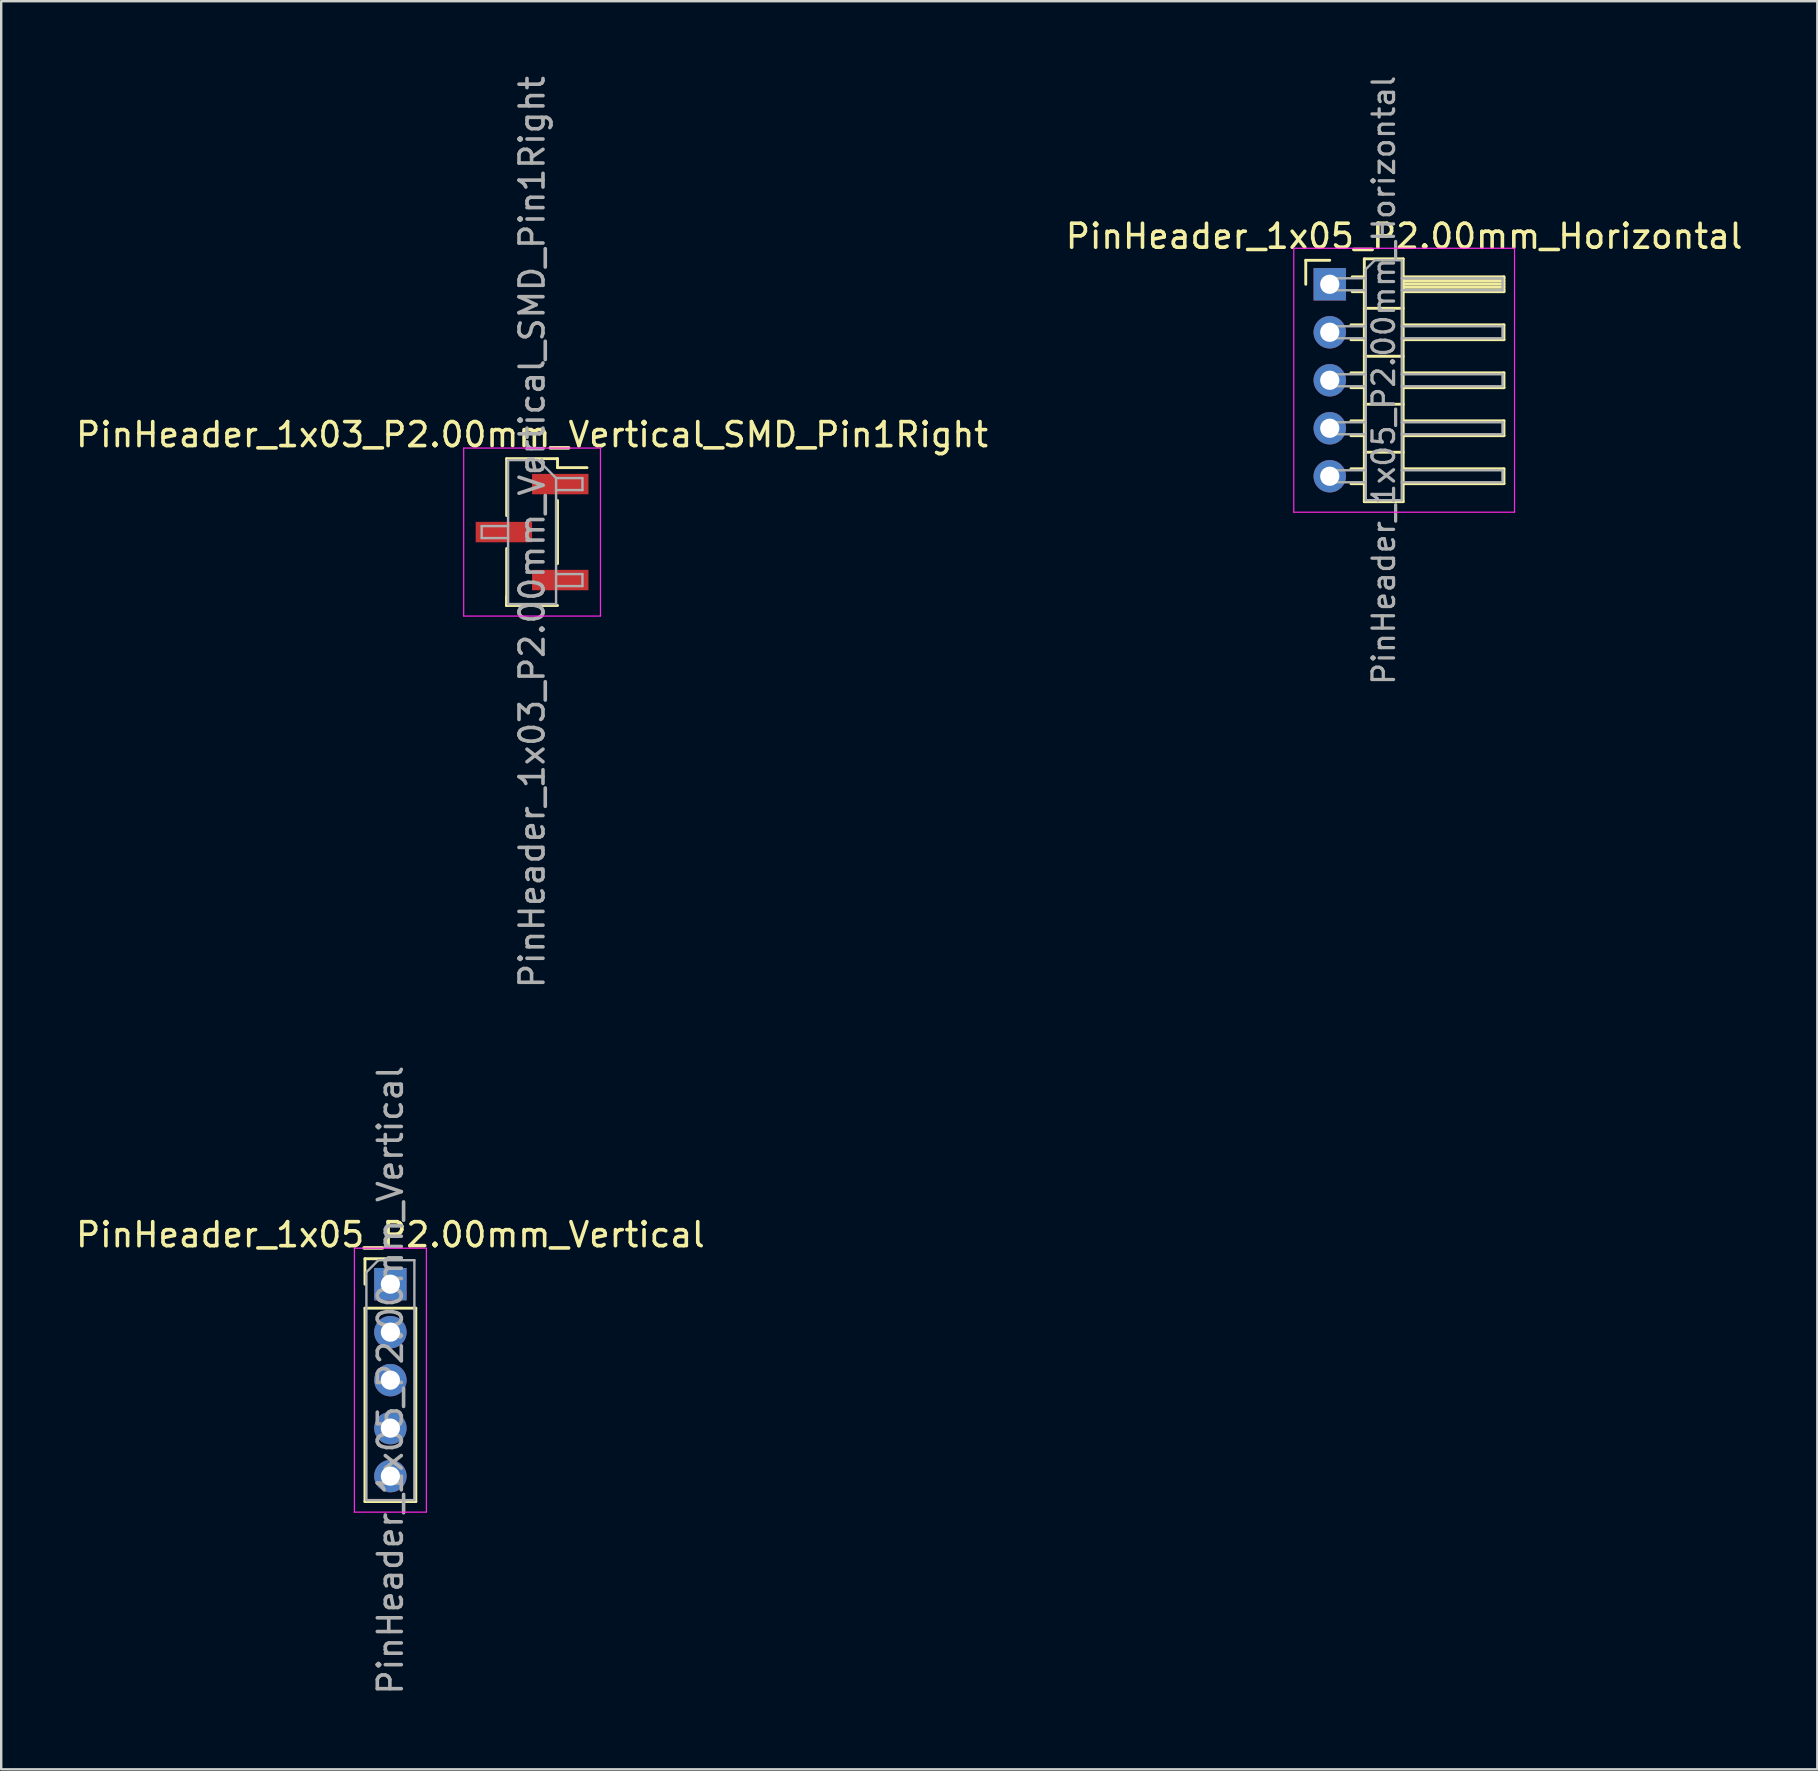
<source format=kicad_pcb>
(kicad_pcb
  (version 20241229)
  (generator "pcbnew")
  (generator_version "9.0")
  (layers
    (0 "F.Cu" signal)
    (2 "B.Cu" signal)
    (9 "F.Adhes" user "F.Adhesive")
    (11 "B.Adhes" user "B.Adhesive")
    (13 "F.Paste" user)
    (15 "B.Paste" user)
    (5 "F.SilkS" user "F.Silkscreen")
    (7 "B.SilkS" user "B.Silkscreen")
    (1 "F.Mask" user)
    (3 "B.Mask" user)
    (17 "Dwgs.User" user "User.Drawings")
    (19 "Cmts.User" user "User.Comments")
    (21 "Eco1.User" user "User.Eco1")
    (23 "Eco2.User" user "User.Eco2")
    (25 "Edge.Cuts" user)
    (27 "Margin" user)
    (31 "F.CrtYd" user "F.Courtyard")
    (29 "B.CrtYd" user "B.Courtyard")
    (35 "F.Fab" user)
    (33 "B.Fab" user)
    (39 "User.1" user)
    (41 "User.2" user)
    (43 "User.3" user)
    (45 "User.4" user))
  (footprint "PinHeader_1x05_P2.00mm_Vertical"
    (layer "F.Cu")
    (at 13.22 50.47)
    (property "Reference" "PinHeader_1x05_P2.00mm_Vertical" (at 0 -2.06 0) (layer "F.SilkS") (effects (font (size 1 1) (thickness 0.15))))
    (attr through_hole)
    (fp_line (start -1.06 -1.06) (end 0 -1.06) (stroke (width 0.12) (type solid)) (layer "F.SilkS"))
    (fp_line (start -1.06 0) (end -1.06 -1.06) (stroke (width 0.12) (type solid)) (layer "F.SilkS"))
    (fp_line (start -1.06 1) (end -1.06 9.06) (stroke (width 0.12) (type solid)) (layer "F.SilkS"))
    (fp_line (start -1.06 1) (end 1.06 1) (stroke (width 0.12) (type solid)) (layer "F.SilkS"))
    (fp_line (start -1.06 9.06) (end 1.06 9.06) (stroke (width 0.12) (type solid)) (layer "F.SilkS"))
    (fp_line (start 1.06 1) (end 1.06 9.06) (stroke (width 0.12) (type solid)) (layer "F.SilkS"))
    (fp_line (start -1.5 -1.5) (end -1.5 9.5) (stroke (width 0.05) (type solid)) (layer "F.CrtYd"))
    (fp_line (start -1.5 9.5) (end 1.5 9.5) (stroke (width 0.05) (type solid)) (layer "F.CrtYd"))
    (fp_line (start 1.5 -1.5) (end -1.5 -1.5) (stroke (width 0.05) (type solid)) (layer "F.CrtYd"))
    (fp_line (start 1.5 9.5) (end 1.5 -1.5) (stroke (width 0.05) (type solid)) (layer "F.CrtYd"))
    (fp_line (start -1 -0.5) (end -0.5 -1) (stroke (width 0.1) (type solid)) (layer "F.Fab"))
    (fp_line (start -1 9) (end -1 -0.5) (stroke (width 0.1) (type solid)) (layer "F.Fab"))
    (fp_line (start -0.5 -1) (end 1 -1) (stroke (width 0.1) (type solid)) (layer "F.Fab"))
    (fp_line (start 1 -1) (end 1 9) (stroke (width 0.1) (type solid)) (layer "F.Fab"))
    (fp_line (start 1 9) (end -1 9) (stroke (width 0.1) (type solid)) (layer "F.Fab"))
    (fp_text user "${REFERENCE}" (at 0 4 90) (layer "F.Fab") (effects (font (size 1 1) (thickness 0.15))))
    (pad "1" thru_hole rect (at 0 0) (size 1.35 1.35) (drill 0.8) (layers "*.Cu" "*.Mask"))
    (pad "2" thru_hole oval (at 0 2) (size 1.35 1.35) (drill 0.8) (layers "*.Cu" "*.Mask"))
    (pad "3" thru_hole oval (at 0 4) (size 1.35 1.35) (drill 0.8) (layers "*.Cu" "*.Mask"))
    (pad "4" thru_hole oval (at 0 6) (size 1.35 1.35) (drill 0.8) (layers "*.Cu" "*.Mask"))
    (pad "5" thru_hole oval (at 0 8) (size 1.35 1.35) (drill 0.8) (layers "*.Cu" "*.Mask")))
  (footprint "PinHeader_1x05_P2.00mm_Horizontal"
    (layer "F.Cu")
    (at 52.37 8.798)
    (property "Reference" "PinHeader_1x05_P2.00mm_Horizontal" (at 3.1 -2 0) (layer "F.SilkS") (effects (font (size 1 1) (thickness 0.15))))
    (attr through_hole)
    (fp_line (start -1 -1) (end 0 -1) (stroke (width 0.12) (type solid)) (layer "F.SilkS"))
    (fp_line (start -1 0) (end -1 -1) (stroke (width 0.12) (type solid)) (layer "F.SilkS"))
    (fp_line (start 0.882 1.69) (end 1.44 1.69) (stroke (width 0.12) (type solid)) (layer "F.SilkS"))
    (fp_line (start 0.882 2.31) (end 1.44 2.31) (stroke (width 0.12) (type solid)) (layer "F.SilkS"))
    (fp_line (start 0.882 3.69) (end 1.44 3.69) (stroke (width 0.12) (type solid)) (layer "F.SilkS"))
    (fp_line (start 0.882 4.31) (end 1.44 4.31) (stroke (width 0.12) (type solid)) (layer "F.SilkS"))
    (fp_line (start 0.882 5.69) (end 1.44 5.69) (stroke (width 0.12) (type solid)) (layer "F.SilkS"))
    (fp_line (start 0.882 6.31) (end 1.44 6.31) (stroke (width 0.12) (type solid)) (layer "F.SilkS"))
    (fp_line (start 0.882 7.69) (end 1.44 7.69) (stroke (width 0.12) (type solid)) (layer "F.SilkS"))
    (fp_line (start 0.882 8.31) (end 1.44 8.31) (stroke (width 0.12) (type solid)) (layer "F.SilkS"))
    (fp_line (start 0.935 -0.31) (end 1.44 -0.31) (stroke (width 0.12) (type solid)) (layer "F.SilkS"))
    (fp_line (start 0.935 0.31) (end 1.44 0.31) (stroke (width 0.12) (type solid)) (layer "F.SilkS"))
    (fp_line (start 1.44 -1.06) (end 1.44 9.06) (stroke (width 0.12) (type solid)) (layer "F.SilkS"))
    (fp_line (start 1.44 1) (end 3.06 1) (stroke (width 0.12) (type solid)) (layer "F.SilkS"))
    (fp_line (start 1.44 3) (end 3.06 3) (stroke (width 0.12) (type solid)) (layer "F.SilkS"))
    (fp_line (start 1.44 5) (end 3.06 5) (stroke (width 0.12) (type solid)) (layer "F.SilkS"))
    (fp_line (start 1.44 7) (end 3.06 7) (stroke (width 0.12) (type solid)) (layer "F.SilkS"))
    (fp_line (start 1.44 9.06) (end 3.06 9.06) (stroke (width 0.12) (type solid)) (layer "F.SilkS"))
    (fp_line (start 3.06 -1.06) (end 1.44 -1.06) (stroke (width 0.12) (type solid)) (layer "F.SilkS"))
    (fp_line (start 3.06 -0.31) (end 7.26 -0.31) (stroke (width 0.12) (type solid)) (layer "F.SilkS"))
    (fp_line (start 3.06 -0.25) (end 7.26 -0.25) (stroke (width 0.12) (type solid)) (layer "F.SilkS"))
    (fp_line (start 3.06 -0.13) (end 7.26 -0.13) (stroke (width 0.12) (type solid)) (layer "F.SilkS"))
    (fp_line (start 3.06 -0.01) (end 7.26 -0.01) (stroke (width 0.12) (type solid)) (layer "F.SilkS"))
    (fp_line (start 3.06 0.11) (end 7.26 0.11) (stroke (width 0.12) (type solid)) (layer "F.SilkS"))
    (fp_line (start 3.06 0.23) (end 7.26 0.23) (stroke (width 0.12) (type solid)) (layer "F.SilkS"))
    (fp_line (start 3.06 1.69) (end 7.26 1.69) (stroke (width 0.12) (type solid)) (layer "F.SilkS"))
    (fp_line (start 3.06 3.69) (end 7.26 3.69) (stroke (width 0.12) (type solid)) (layer "F.SilkS"))
    (fp_line (start 3.06 5.69) (end 7.26 5.69) (stroke (width 0.12) (type solid)) (layer "F.SilkS"))
    (fp_line (start 3.06 7.69) (end 7.26 7.69) (stroke (width 0.12) (type solid)) (layer "F.SilkS"))
    (fp_line (start 3.06 9.06) (end 3.06 -1.06) (stroke (width 0.12) (type solid)) (layer "F.SilkS"))
    (fp_line (start 7.26 -0.31) (end 7.26 0.31) (stroke (width 0.12) (type solid)) (layer "F.SilkS"))
    (fp_line (start 7.26 0.31) (end 3.06 0.31) (stroke (width 0.12) (type solid)) (layer "F.SilkS"))
    (fp_line (start 7.26 1.69) (end 7.26 2.31) (stroke (width 0.12) (type solid)) (layer "F.SilkS"))
    (fp_line (start 7.26 2.31) (end 3.06 2.31) (stroke (width 0.12) (type solid)) (layer "F.SilkS"))
    (fp_line (start 7.26 3.69) (end 7.26 4.31) (stroke (width 0.12) (type solid)) (layer "F.SilkS"))
    (fp_line (start 7.26 4.31) (end 3.06 4.31) (stroke (width 0.12) (type solid)) (layer "F.SilkS"))
    (fp_line (start 7.26 5.69) (end 7.26 6.31) (stroke (width 0.12) (type solid)) (layer "F.SilkS"))
    (fp_line (start 7.26 6.31) (end 3.06 6.31) (stroke (width 0.12) (type solid)) (layer "F.SilkS"))
    (fp_line (start 7.26 7.69) (end 7.26 8.31) (stroke (width 0.12) (type solid)) (layer "F.SilkS"))
    (fp_line (start 7.26 8.31) (end 3.06 8.31) (stroke (width 0.12) (type solid)) (layer "F.SilkS"))
    (fp_line (start -1.5 -1.5) (end -1.5 9.5) (stroke (width 0.05) (type solid)) (layer "F.CrtYd"))
    (fp_line (start -1.5 9.5) (end 7.7 9.5) (stroke (width 0.05) (type solid)) (layer "F.CrtYd"))
    (fp_line (start 7.7 -1.5) (end -1.5 -1.5) (stroke (width 0.05) (type solid)) (layer "F.CrtYd"))
    (fp_line (start 7.7 9.5) (end 7.7 -1.5) (stroke (width 0.05) (type solid)) (layer "F.CrtYd"))
    (fp_line (start -0.25 -0.25) (end -0.25 0.25) (stroke (width 0.1) (type solid)) (layer "F.Fab"))
    (fp_line (start -0.25 -0.25) (end 1.5 -0.25) (stroke (width 0.1) (type solid)) (layer "F.Fab"))
    (fp_line (start -0.25 0.25) (end 1.5 0.25) (stroke (width 0.1) (type solid)) (layer "F.Fab"))
    (fp_line (start -0.25 1.75) (end -0.25 2.25) (stroke (width 0.1) (type solid)) (layer "F.Fab"))
    (fp_line (start -0.25 1.75) (end 1.5 1.75) (stroke (width 0.1) (type solid)) (layer "F.Fab"))
    (fp_line (start -0.25 2.25) (end 1.5 2.25) (stroke (width 0.1) (type solid)) (layer "F.Fab"))
    (fp_line (start -0.25 3.75) (end -0.25 4.25) (stroke (width 0.1) (type solid)) (layer "F.Fab"))
    (fp_line (start -0.25 3.75) (end 1.5 3.75) (stroke (width 0.1) (type solid)) (layer "F.Fab"))
    (fp_line (start -0.25 4.25) (end 1.5 4.25) (stroke (width 0.1) (type solid)) (layer "F.Fab"))
    (fp_line (start -0.25 5.75) (end -0.25 6.25) (stroke (width 0.1) (type solid)) (layer "F.Fab"))
    (fp_line (start -0.25 5.75) (end 1.5 5.75) (stroke (width 0.1) (type solid)) (layer "F.Fab"))
    (fp_line (start -0.25 6.25) (end 1.5 6.25) (stroke (width 0.1) (type solid)) (layer "F.Fab"))
    (fp_line (start -0.25 7.75) (end -0.25 8.25) (stroke (width 0.1) (type solid)) (layer "F.Fab"))
    (fp_line (start -0.25 7.75) (end 1.5 7.75) (stroke (width 0.1) (type solid)) (layer "F.Fab"))
    (fp_line (start -0.25 8.25) (end 1.5 8.25) (stroke (width 0.1) (type solid)) (layer "F.Fab"))
    (fp_line (start 1.5 -0.625) (end 1.875 -1) (stroke (width 0.1) (type solid)) (layer "F.Fab"))
    (fp_line (start 1.5 9) (end 1.5 -0.625) (stroke (width 0.1) (type solid)) (layer "F.Fab"))
    (fp_line (start 1.875 -1) (end 3 -1) (stroke (width 0.1) (type solid)) (layer "F.Fab"))
    (fp_line (start 3 -1) (end 3 9) (stroke (width 0.1) (type solid)) (layer "F.Fab"))
    (fp_line (start 3 -0.25) (end 7.2 -0.25) (stroke (width 0.1) (type solid)) (layer "F.Fab"))
    (fp_line (start 3 0.25) (end 7.2 0.25) (stroke (width 0.1) (type solid)) (layer "F.Fab"))
    (fp_line (start 3 1.75) (end 7.2 1.75) (stroke (width 0.1) (type solid)) (layer "F.Fab"))
    (fp_line (start 3 2.25) (end 7.2 2.25) (stroke (width 0.1) (type solid)) (layer "F.Fab"))
    (fp_line (start 3 3.75) (end 7.2 3.75) (stroke (width 0.1) (type solid)) (layer "F.Fab"))
    (fp_line (start 3 4.25) (end 7.2 4.25) (stroke (width 0.1) (type solid)) (layer "F.Fab"))
    (fp_line (start 3 5.75) (end 7.2 5.75) (stroke (width 0.1) (type solid)) (layer "F.Fab"))
    (fp_line (start 3 6.25) (end 7.2 6.25) (stroke (width 0.1) (type solid)) (layer "F.Fab"))
    (fp_line (start 3 7.75) (end 7.2 7.75) (stroke (width 0.1) (type solid)) (layer "F.Fab"))
    (fp_line (start 3 8.25) (end 7.2 8.25) (stroke (width 0.1) (type solid)) (layer "F.Fab"))
    (fp_line (start 3 9) (end 1.5 9) (stroke (width 0.1) (type solid)) (layer "F.Fab"))
    (fp_line (start 7.2 -0.25) (end 7.2 0.25) (stroke (width 0.1) (type solid)) (layer "F.Fab"))
    (fp_line (start 7.2 1.75) (end 7.2 2.25) (stroke (width 0.1) (type solid)) (layer "F.Fab"))
    (fp_line (start 7.2 3.75) (end 7.2 4.25) (stroke (width 0.1) (type solid)) (layer "F.Fab"))
    (fp_line (start 7.2 5.75) (end 7.2 6.25) (stroke (width 0.1) (type solid)) (layer "F.Fab"))
    (fp_line (start 7.2 7.75) (end 7.2 8.25) (stroke (width 0.1) (type solid)) (layer "F.Fab"))
    (fp_text user "${REFERENCE}" (at 2.25 4 90) (layer "F.Fab") (effects (font (size 0.9 0.9) (thickness 0.135))))
    (pad "1" thru_hole rect (at 0 0) (size 1.35 1.35) (drill 0.8) (layers "*.Cu" "*.Mask"))
    (pad "2" thru_hole oval (at 0 2) (size 1.35 1.35) (drill 0.8) (layers "*.Cu" "*.Mask"))
    (pad "3" thru_hole oval (at 0 4) (size 1.35 1.35) (drill 0.8) (layers "*.Cu" "*.Mask"))
    (pad "4" thru_hole oval (at 0 6) (size 1.35 1.35) (drill 0.8) (layers "*.Cu" "*.Mask"))
    (pad "5" thru_hole oval (at 0 8) (size 1.35 1.35) (drill 0.8) (layers "*.Cu" "*.Mask")))
  (footprint "PinHeader_1x03_P2.00mm_Vertical_SMD_Pin1Right"
    (layer "F.Cu")
    (at 19.125 19.125)
    (property "Reference" "PinHeader_1x03_P2.00mm_Vertical_SMD_Pin1Right" (at 0 -4.06 0) (layer "F.SilkS") (effects (font (size 1 1) (thickness 0.15))))
    (attr smd)
    (fp_line (start -1.06 -3.06) (end -1.06 -0.685) (stroke (width 0.12) (type solid)) (layer "F.SilkS"))
    (fp_line (start -1.06 -3.06) (end 1.06 -3.06) (stroke (width 0.12) (type solid)) (layer "F.SilkS"))
    (fp_line (start -1.06 0.685) (end -1.06 3.06) (stroke (width 0.12) (type solid)) (layer "F.SilkS"))
    (fp_line (start -1.06 2.685) (end -1.06 3.06) (stroke (width 0.12) (type solid)) (layer "F.SilkS"))
    (fp_line (start -1.06 3.06) (end 1.06 3.06) (stroke (width 0.12) (type solid)) (layer "F.SilkS"))
    (fp_line (start 1.06 -3.06) (end 1.06 -2.685) (stroke (width 0.12) (type solid)) (layer "F.SilkS"))
    (fp_line (start 1.06 -2.685) (end 2.29 -2.685) (stroke (width 0.12) (type solid)) (layer "F.SilkS"))
    (fp_line (start 1.06 -1.315) (end 1.06 1.315) (stroke (width 0.12) (type solid)) (layer "F.SilkS"))
    (fp_line (start -2.85 -3.5) (end -2.85 3.5) (stroke (width 0.05) (type solid)) (layer "F.CrtYd"))
    (fp_line (start -2.85 3.5) (end 2.85 3.5) (stroke (width 0.05) (type solid)) (layer "F.CrtYd"))
    (fp_line (start 2.85 -3.5) (end -2.85 -3.5) (stroke (width 0.05) (type solid)) (layer "F.CrtYd"))
    (fp_line (start 2.85 3.5) (end 2.85 -3.5) (stroke (width 0.05) (type solid)) (layer "F.CrtYd"))
    (fp_line (start -2.1 -0.25) (end -2.1 0.25) (stroke (width 0.1) (type solid)) (layer "F.Fab"))
    (fp_line (start -2.1 0.25) (end -1 0.25) (stroke (width 0.1) (type solid)) (layer "F.Fab"))
    (fp_line (start -1 -3) (end -1 3) (stroke (width 0.1) (type solid)) (layer "F.Fab"))
    (fp_line (start -1 -3) (end 0.25 -3) (stroke (width 0.1) (type solid)) (layer "F.Fab"))
    (fp_line (start -1 -0.25) (end -2.1 -0.25) (stroke (width 0.1) (type solid)) (layer "F.Fab"))
    (fp_line (start 1 -2.25) (end 0.25 -3) (stroke (width 0.1) (type solid)) (layer "F.Fab"))
    (fp_line (start 1 -2.25) (end 2.1 -2.25) (stroke (width 0.1) (type solid)) (layer "F.Fab"))
    (fp_line (start 1 1.75) (end 2.1 1.75) (stroke (width 0.1) (type solid)) (layer "F.Fab"))
    (fp_line (start 1 3) (end -1 3) (stroke (width 0.1) (type solid)) (layer "F.Fab"))
    (fp_line (start 1 3) (end 1 -2.25) (stroke (width 0.1) (type solid)) (layer "F.Fab"))
    (fp_line (start 2.1 -2.25) (end 2.1 -1.75) (stroke (width 0.1) (type solid)) (layer "F.Fab"))
    (fp_line (start 2.1 -1.75) (end 1 -1.75) (stroke (width 0.1) (type solid)) (layer "F.Fab"))
    (fp_line (start 2.1 1.75) (end 2.1 2.25) (stroke (width 0.1) (type solid)) (layer "F.Fab"))
    (fp_line (start 2.1 2.25) (end 1 2.25) (stroke (width 0.1) (type solid)) (layer "F.Fab"))
    (fp_text user "${REFERENCE}" (at 0 0 90) (layer "F.Fab") (effects (font (size 1 1) (thickness 0.15))))
    (pad "1" smd rect (at 1.175 -2) (size 2.35 0.85) (layers "F.Cu" "F.Mask" "F.Paste"))
    (pad "2" smd rect (at -1.175 0) (size 2.35 0.85) (layers "F.Cu" "F.Mask" "F.Paste"))
    (pad "3" smd rect (at 1.175 2) (size 2.35 0.85) (layers "F.Cu" "F.Mask" "F.Paste")))
  (gr_rect
    (start -3 -3)
    (end 72.69 70.69)
    (stroke (width 0.1) (type default))
    (fill no)
    (layer "Edge.Cuts")))
</source>
